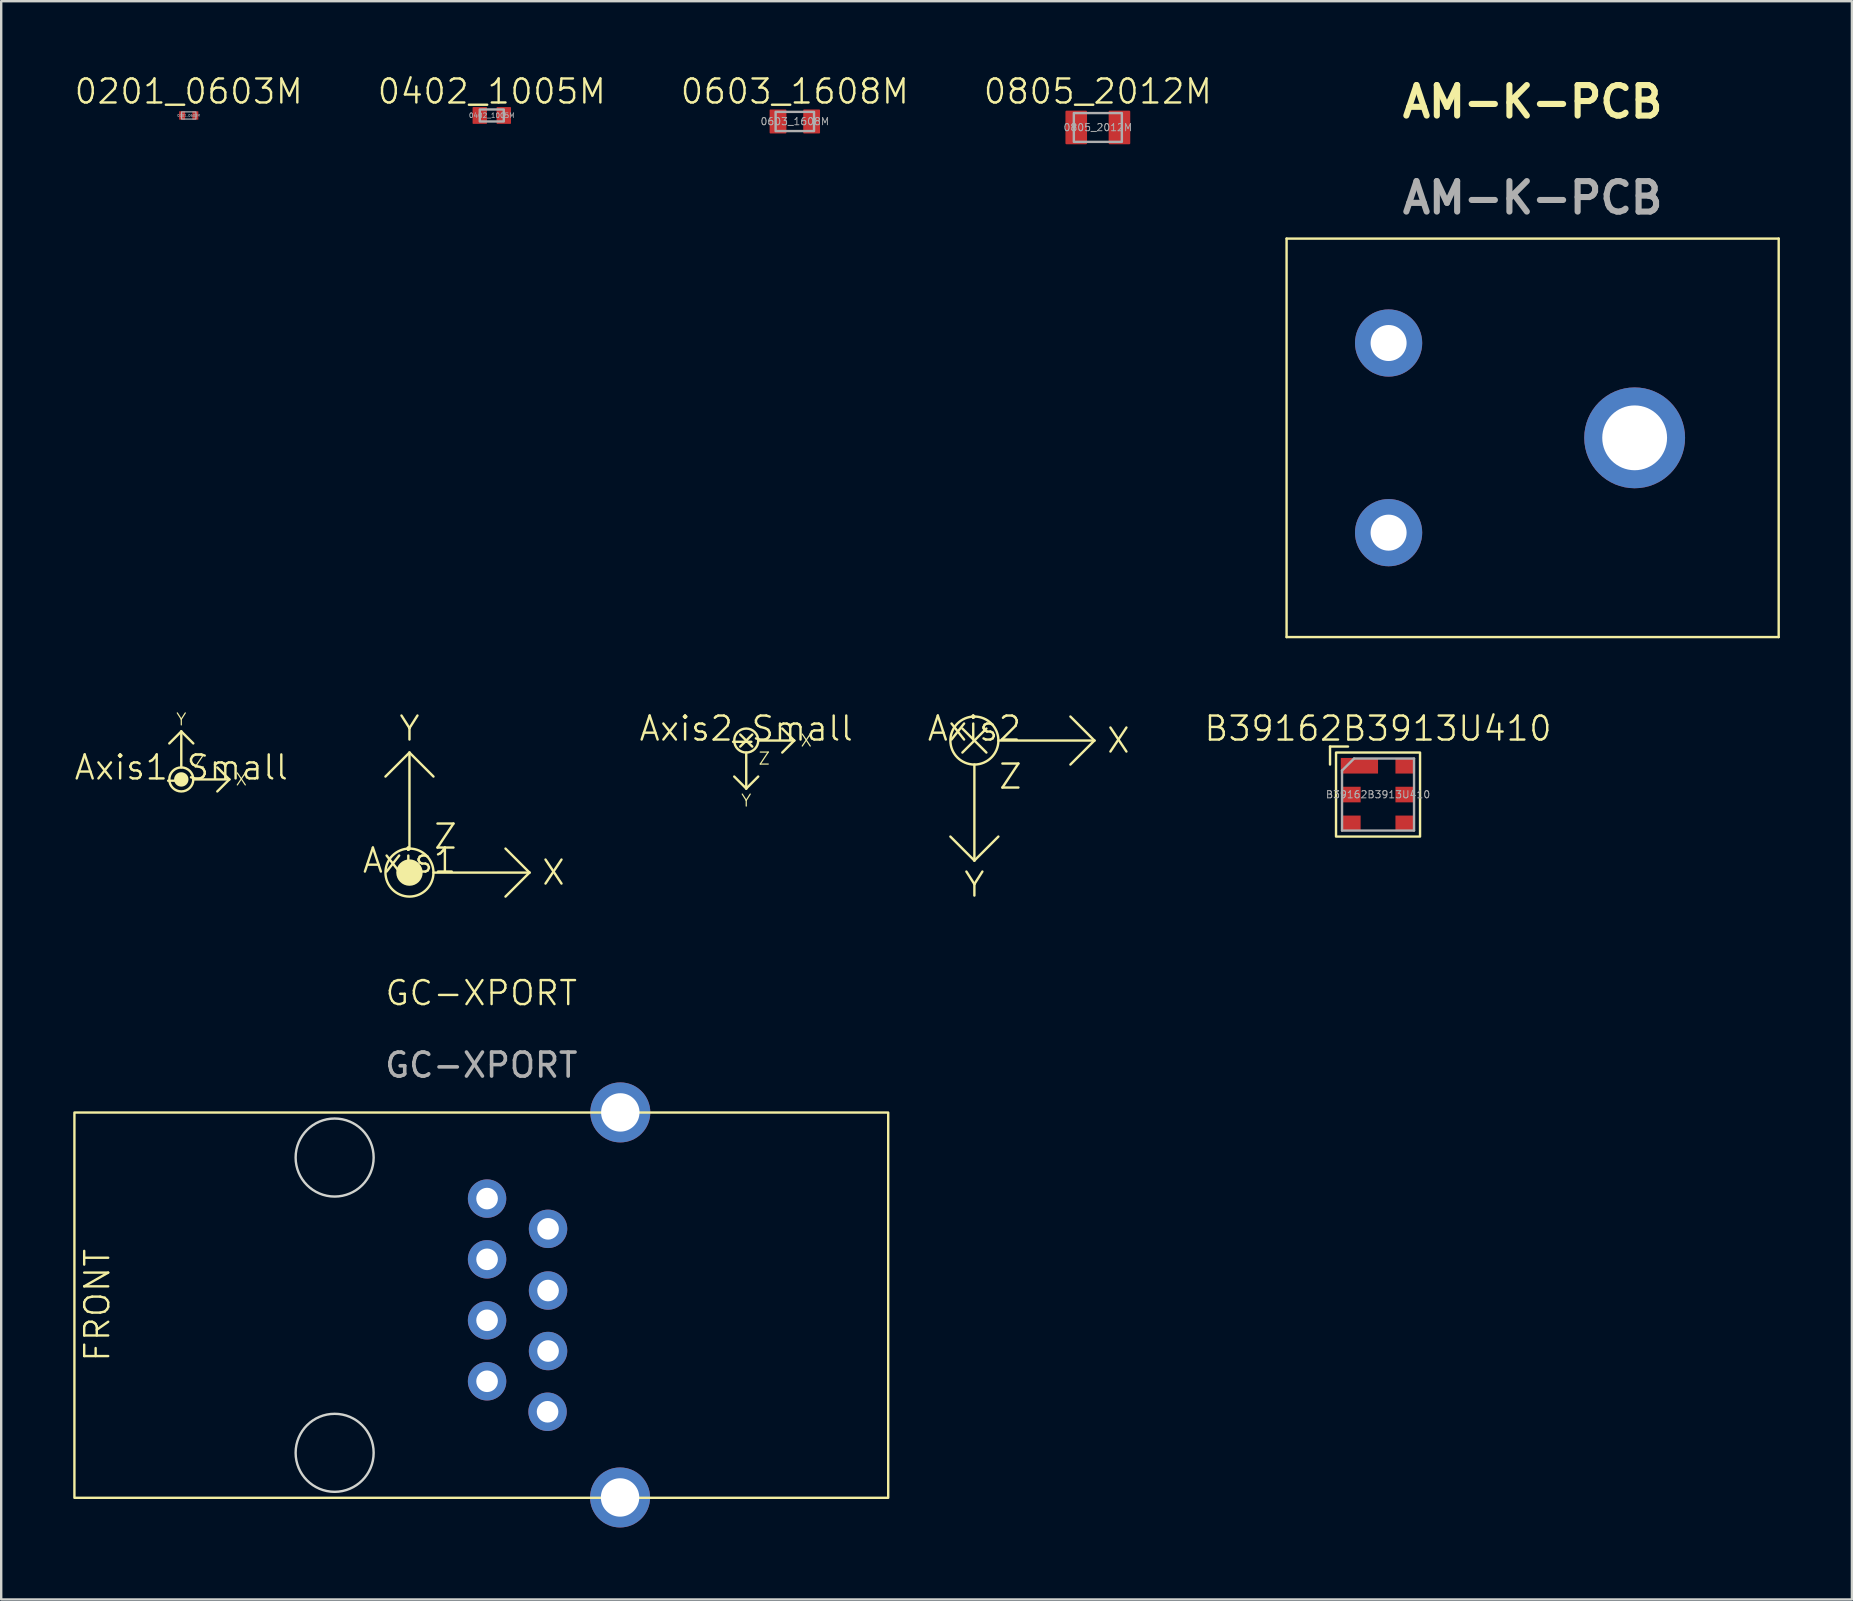
<source format=kicad_pcb>
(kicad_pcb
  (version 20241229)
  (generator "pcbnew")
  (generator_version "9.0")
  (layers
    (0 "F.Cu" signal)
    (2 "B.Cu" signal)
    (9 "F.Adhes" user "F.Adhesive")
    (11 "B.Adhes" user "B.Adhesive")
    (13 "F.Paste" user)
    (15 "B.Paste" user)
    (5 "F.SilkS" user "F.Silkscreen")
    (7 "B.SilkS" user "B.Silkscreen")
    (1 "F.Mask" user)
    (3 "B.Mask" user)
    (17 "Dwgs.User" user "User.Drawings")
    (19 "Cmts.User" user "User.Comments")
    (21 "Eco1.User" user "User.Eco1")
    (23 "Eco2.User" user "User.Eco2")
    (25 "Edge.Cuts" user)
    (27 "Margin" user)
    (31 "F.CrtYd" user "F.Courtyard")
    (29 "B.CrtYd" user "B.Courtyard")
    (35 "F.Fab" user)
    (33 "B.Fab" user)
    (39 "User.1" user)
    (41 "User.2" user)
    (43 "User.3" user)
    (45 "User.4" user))
  (footprint "0402_1005M"
    (layer "F.Cu")
    (at 17.436 1.76)
    (property "Reference" "0402_1005M" (at 0 -1 0) (unlocked yes) (layer "F.SilkS") (effects (font (size 1 1) (thickness 0.1))))
    (attr smd)
    (fp_rect (start -0.5 -0.25) (end 0.5 0.25) (stroke (width 0.1) (type default)) (fill no) (layer "F.Fab"))
    (fp_text user "${REFERENCE}" (at 0 0 0) (unlocked yes) (layer "F.Fab") (effects (font (size 0.2 0.2) (thickness 0.03))))
    (pad "1" smd roundrect (at -0.5 0) (size 0.6 0.7) (layers "F.Cu" "F.Mask" "F.Paste") (roundrect_rratio 0.05))
    (pad "2" smd roundrect (at 0.5 0) (size 0.6 0.7) (layers "F.Cu" "F.Mask" "F.Paste") (roundrect_rratio 0.05)))
  (footprint "GC-XPORT"
    (layer "F.Cu")
    (at 17 51.32)
    (property "Reference" "GC-XPORT" (at 0 -13 0) (unlocked yes) (layer "F.SilkS") (effects (font (size 1 1) (thickness 0.1))))
    (attr through_hole)
    (fp_rect (start -16.95 -8.025) (end 16.95 8.025) (stroke (width 0.1) (type default)) (fill no) (layer "F.SilkS"))
    (fp_circle (center -6.11 -6.15) (end -4.485 -6.15) (stroke (width 0.1) (type default)) (fill no) (layer "Edge.Cuts"))
    (fp_circle (center -6.11 6.15) (end -4.485 6.15) (stroke (width 0.1) (type default)) (fill no) (layer "Edge.Cuts"))
    (fp_text user "FRONT" (at -16 0 90) (unlocked yes) (layer "F.SilkS") (effects (font (size 1 1) (thickness 0.1))))
    (fp_text user "${REFERENCE}" (at 0 -10 0) (unlocked yes) (layer "F.Fab") (effects (font (size 1 1) (thickness 0.15))))
    (pad "1" thru_hole circle (at 2.76 4.44) (size 1.6 1.6) (drill 0.9) (layers "*.Cu" "*.Mask"))
    (pad "1" thru_hole circle (at 5.78 8.01) (size 2.5 2.5) (drill 1.6) (layers "*.Cu" "*.Mask"))
    (pad "1" thru_hole circle (at 5.79 -8.03) (size 2.5 2.5) (drill 1.6) (layers "*.Cu" "*.Mask"))
    (pad "2" thru_hole circle (at 0.24 3.17) (size 1.6 1.6) (drill 0.9) (layers "*.Cu" "*.Mask"))
    (pad "3" thru_hole circle (at 2.78 1.91) (size 1.6 1.6) (drill 0.9) (layers "*.Cu" "*.Mask"))
    (pad "4" thru_hole circle (at 0.24 0.63) (size 1.6 1.6) (drill 0.9) (layers "*.Cu" "*.Mask"))
    (pad "5" thru_hole circle (at 2.78 -0.61) (size 1.6 1.6) (drill 0.9) (layers "*.Cu" "*.Mask"))
    (pad "6" thru_hole circle (at 0.24 -1.91) (size 1.6 1.6) (drill 0.9) (layers "*.Cu" "*.Mask"))
    (pad "7" thru_hole circle (at 2.78 -3.18) (size 1.6 1.6) (drill 0.9) (layers "*.Cu" "*.Mask"))
    (pad "8" thru_hole circle (at 0.24 -4.44) (size 1.6 1.6) (drill 0.9) (layers "*.Cu" "*.Mask")))
  (footprint "Axis2"
    (layer "F.Cu")
    (at 37.54 27.799)
    (property "Reference" "Axis2" (at 0 -0.5 0) (unlocked yes) (layer "F.SilkS") (effects (font (size 1 1) (thickness 0.1))))
    (attr smd)
    (fp_line (start -1 4) (end 0 5) (stroke (width 0.1) (type default)) (layer "F.SilkS"))
    (fp_line (start -0.5 -0.5) (end 0.5 0.5) (stroke (width 0.1) (type default)) (layer "F.SilkS"))
    (fp_line (start 0 1) (end 0 5) (stroke (width 0.1) (type default)) (layer "F.SilkS"))
    (fp_line (start 0 5) (end 1 4) (stroke (width 0.1) (type default)) (layer "F.SilkS"))
    (fp_line (start 0.5 -0.5) (end -0.5 0.5) (stroke (width 0.1) (type default)) (layer "F.SilkS"))
    (fp_line (start 1 0) (end 5 0) (stroke (width 0.1) (type default)) (layer "F.SilkS"))
    (fp_line (start 5 0) (end 4 -1) (stroke (width 0.1) (type default)) (layer "F.SilkS"))
    (fp_line (start 5 0) (end 4 1) (stroke (width 0.1) (type default)) (layer "F.SilkS"))
    (fp_circle (center 0 0) (end 1 0) (stroke (width 0.1) (type default)) (fill no) (layer "F.SilkS"))
    (fp_text user "X" (at 6 0 0) (unlocked yes) (layer "F.SilkS") (effects (font (size 1 1) (thickness 0.1))))
    (fp_text user "Z" (at 1.5 1.5 0) (unlocked yes) (layer "F.SilkS") (effects (font (size 1 1) (thickness 0.1))))
    (fp_text user "Y" (at 0 6 0) (unlocked yes) (layer "F.SilkS") (effects (font (size 1 1) (thickness 0.1)))))
  (footprint "Axis1_Small"
    (layer "F.Cu")
    (at 4.502 29.419)
    (property "Reference" "Axis1_Small" (at 0 -0.5 0) (unlocked yes) (layer "F.SilkS") (effects (font (size 1 1) (thickness 0.1))))
    (attr smd)
    (fp_line (start 0 -2) (end -0.5 -1.5) (stroke (width 0.1) (type default)) (layer "F.SilkS"))
    (fp_line (start 0 -2) (end 0.5 -1.5) (stroke (width 0.1) (type default)) (layer "F.SilkS"))
    (fp_line (start 0 -0.5) (end 0 -2) (stroke (width 0.1) (type default)) (layer "F.SilkS"))
    (fp_line (start 0.5 0) (end 2 0) (stroke (width 0.1) (type default)) (layer "F.SilkS"))
    (fp_line (start 2 0) (end 1.5 -0.5) (stroke (width 0.1) (type default)) (layer "F.SilkS"))
    (fp_line (start 2 0) (end 1.5 0.5) (stroke (width 0.1) (type default)) (layer "F.SilkS"))
    (fp_circle (center 0 0) (end 0.25 0) (stroke (width 0.1) (type solid)) (fill yes) (layer "F.SilkS"))
    (fp_circle (center 0 0) (end 0.5 0) (stroke (width 0.1) (type default)) (fill no) (layer "F.SilkS"))
    (fp_text user "Z" (at 0.75 -0.75 0) (unlocked yes) (layer "F.SilkS") (effects (font (size 0.5 0.5) (thickness 0.05))))
    (fp_text user "X" (at 2.5 0 0) (unlocked yes) (layer "F.SilkS") (effects (font (size 0.5 0.5) (thickness 0.05))))
    (fp_text user "Y" (at 0 -2.5 0) (unlocked yes) (layer "F.SilkS") (effects (font (size 0.5 0.5) (thickness 0.05)))))
  (footprint "0603_1608M"
    (layer "F.Cu")
    (at 30.06 2.01)
    (property "Reference" "0603_1608M" (at 0 -1.25 0) (unlocked yes) (layer "F.SilkS") (effects (font (size 1 1) (thickness 0.1))))
    (attr smd)
    (fp_rect (start -0.8 -0.4) (end 0.8 0.4) (stroke (width 0.1) (type default)) (fill no) (layer "F.Fab"))
    (fp_text user "${REFERENCE}" (at 0 0 0) (unlocked yes) (layer "F.Fab") (effects (font (size 0.3 0.3) (thickness 0.04))))
    (pad "1" smd roundrect (at -0.7 0) (size 0.7 1) (layers "F.Cu" "F.Mask" "F.Paste") (roundrect_rratio 0.05))
    (pad "2" smd roundrect (at 0.7 0) (size 0.7 1) (layers "F.Cu" "F.Mask" "F.Paste") (roundrect_rratio 0.05)))
  (footprint "Axis1"
    (layer "F.Cu")
    (at 14.007 33.299)
    (property "Reference" "Axis1" (at 0 -0.5 0) (unlocked yes) (layer "F.SilkS") (effects (font (size 1 1) (thickness 0.1))))
    (attr smd)
    (fp_line (start 0 -5) (end -1 -4) (stroke (width 0.1) (type default)) (layer "F.SilkS"))
    (fp_line (start 0 -5) (end 1 -4) (stroke (width 0.1) (type default)) (layer "F.SilkS"))
    (fp_line (start 0 -1) (end 0 -5) (stroke (width 0.1) (type default)) (layer "F.SilkS"))
    (fp_line (start 1 0) (end 5 0) (stroke (width 0.1) (type default)) (layer "F.SilkS"))
    (fp_line (start 5 0) (end 4 -1) (stroke (width 0.1) (type default)) (layer "F.SilkS"))
    (fp_line (start 5 0) (end 4 1) (stroke (width 0.1) (type default)) (layer "F.SilkS"))
    (fp_circle (center 0 0) (end 0.5 0) (stroke (width 0.1) (type solid)) (fill yes) (layer "F.SilkS"))
    (fp_circle (center 0 0) (end 1 0) (stroke (width 0.1) (type default)) (fill no) (layer "F.SilkS"))
    (fp_text user "Y" (at 0 -6 0) (unlocked yes) (layer "F.SilkS") (effects (font (size 1 1) (thickness 0.1))))
    (fp_text user "X" (at 6 0 0) (unlocked yes) (layer "F.SilkS") (effects (font (size 1 1) (thickness 0.1))))
    (fp_text user "Z" (at 1.5 -1.5 0) (unlocked yes) (layer "F.SilkS") (effects (font (size 1 1) (thickness 0.1)))))
  (footprint "0201_0603M"
    (layer "F.Cu")
    (at 4.812 1.76)
    (property "Reference" "0201_0603M" (at 0 -1 0) (unlocked yes) (layer "F.SilkS") (effects (font (size 1 1) (thickness 0.1))))
    (attr smd)
    (fp_rect (start -0.3 -0.15) (end 0.3 0.15) (stroke (width 0.05) (type default)) (fill no) (layer "F.Fab"))
    (fp_text user "${REFERENCE}" (at 0 0 0) (unlocked yes) (layer "F.Fab") (effects (font (size 0.1 0.1) (thickness 0.015))))
    (pad "1" smd roundrect (at -0.275 0) (size 0.25 0.35) (layers "F.Cu" "F.Mask" "F.Paste") (roundrect_rratio 0.05))
    (pad "2" smd roundrect (at 0.275 0) (size 0.25 0.35) (layers "F.Cu" "F.Mask" "F.Paste") (roundrect_rratio 0.05)))
  (footprint "0805_2012M"
    (layer "F.Cu")
    (at 42.683 2.26)
    (property "Reference" "0805_2012M" (at 0 -1.5 0) (unlocked yes) (layer "F.SilkS") (effects (font (size 1 1) (thickness 0.1))))
    (attr smd)
    (fp_rect (start -1 -0.6) (end 1 0.6) (stroke (width 0.1) (type default)) (fill no) (layer "F.Fab"))
    (fp_text user "${REFERENCE}" (at 0 0 0) (unlocked yes) (layer "F.Fab") (effects (font (size 0.3 0.3) (thickness 0.04))))
    (pad "1" smd roundrect (at -0.9 0) (size 0.9 1.4) (layers "F.Cu" "F.Mask" "F.Paste") (roundrect_rratio 0.05))
    (pad "2" smd roundrect (at 0.9 0) (size 0.9 1.4) (layers "F.Cu" "F.Mask" "F.Paste") (roundrect_rratio 0.05)))
  (footprint "Axis2_Small"
    (layer "F.Cu")
    (at 28.036 27.799)
    (property "Reference" "Axis2_Small" (at 0 -0.5 0) (unlocked yes) (layer "F.SilkS") (effects (font (size 1 1) (thickness 0.1))))
    (attr smd)
    (fp_line (start -0.25 -0.25) (end 0.25 0.25) (stroke (width 0.1) (type default)) (layer "F.SilkS"))
    (fp_line (start 0 0.5) (end 0 2) (stroke (width 0.1) (type default)) (layer "F.SilkS"))
    (fp_line (start 0 2) (end -0.5 1.5) (stroke (width 0.1) (type default)) (layer "F.SilkS"))
    (fp_line (start 0 2) (end 0.5 1.5) (stroke (width 0.1) (type default)) (layer "F.SilkS"))
    (fp_line (start 0.25 -0.25) (end -0.25 0.25) (stroke (width 0.1) (type default)) (layer "F.SilkS"))
    (fp_line (start 0.5 0) (end 2 0) (stroke (width 0.1) (type default)) (layer "F.SilkS"))
    (fp_line (start 2 0) (end 1.5 -0.5) (stroke (width 0.1) (type default)) (layer "F.SilkS"))
    (fp_line (start 2 0) (end 1.5 0.5) (stroke (width 0.1) (type default)) (layer "F.SilkS"))
    (fp_circle (center 0 0) (end 0.5 0) (stroke (width 0.1) (type default)) (fill no) (layer "F.SilkS"))
    (fp_text user "Y" (at 0 2.5 0) (unlocked yes) (layer "F.SilkS") (effects (font (size 0.5 0.5) (thickness 0.05))))
    (fp_text user "Z" (at 0.75 0.75 0) (unlocked yes) (layer "F.SilkS") (effects (font (size 0.5 0.5) (thickness 0.05))))
    (fp_text user "X" (at 2.5 0 0) (unlocked yes) (layer "F.SilkS") (effects (font (size 0.5 0.5) (thickness 0.05)))))
  (footprint "AM-K-PCB"
    (layer "F.Cu")
    (at 60.795 15.189)
    (property "Reference" "AM-K-PCB" (at 0 -14 0) (layer "F.SilkS") (effects (font (size 1.27 1.27) (thickness 0.254))))
    (attr through_hole)
    (fp_line (start -10.25 -8.3) (end 10.25 -8.3) (stroke (width 0.1) (type solid)) (layer "F.SilkS"))
    (fp_line (start -10.25 8.3) (end -10.25 -8.3) (stroke (width 0.1) (type solid)) (layer "F.SilkS"))
    (fp_line (start 10.25 -8.3) (end 10.25 8.3) (stroke (width 0.1) (type solid)) (layer "F.SilkS"))
    (fp_line (start 10.25 8.3) (end -10.25 8.3) (stroke (width 0.1) (type solid)) (layer "F.SilkS"))
    (fp_text user "${REFERENCE}" (at 0 -10 0) (layer "F.Fab") (effects (font (size 1.27 1.27) (thickness 0.254))))
    (pad "" thru_hole circle (at 4.25 0) (size 4.2 4.2) (drill 2.7) (layers "*.Cu" "*.Mask"))
    (pad "1" thru_hole circle (at -6 -3.95) (size 2.8 2.8) (drill 1.5) (layers "*.Cu" "*.Mask"))
    (pad "2" thru_hole circle (at -6 3.95) (size 2.8 2.8) (drill 1.5) (layers "*.Cu" "*.Mask")))
  (footprint "B39162B3913U410"
    (layer "F.Cu")
    (at 54.355 30.049)
    (property "Reference" "B39162B3913U410" (at 0 -2.75 0) (unlocked yes) (layer "F.SilkS") (effects (font (size 1 1) (thickness 0.1))))
    (attr smd)
    (fp_line (start -2 -2) (end -1.25 -2) (stroke (width 0.1) (type default)) (layer "F.SilkS"))
    (fp_line (start -2 -1.25) (end -2 -2) (stroke (width 0.1) (type default)) (layer "F.SilkS"))
    (fp_rect (start -1.75 -1.75) (end 1.75 1.75) (stroke (width 0.1) (type default)) (fill no) (layer "F.SilkS"))
    (fp_line (start -1.5 -1) (end -1.5 1.5) (stroke (width 0.1) (type default)) (layer "F.Fab"))
    (fp_line (start -1 -1.5) (end -1.5 -1) (stroke (width 0.1) (type default)) (layer "F.Fab"))
    (fp_line (start 1.5 -1.5) (end -1 -1.5) (stroke (width 0.1) (type default)) (layer "F.Fab"))
    (fp_line (start 1.5 -1.5) (end 1.5 1.5) (stroke (width 0.1) (type default)) (layer "F.Fab"))
    (fp_line (start 1.5 1.5) (end -1.5 1.5) (stroke (width 0.1) (type default)) (layer "F.Fab"))
    (fp_text user "${REFERENCE}" (at 0 0 0) (unlocked yes) (layer "F.Fab") (effects (font (size 0.3 0.3) (thickness 0.04))))
    (pad "1" smd rect (at -0.775 -1.2) (size 1.55 0.65) (layers "F.Cu" "F.Mask" "F.Paste"))
    (pad "2" smd rect (at -1.125 0) (size 0.8 0.65) (layers "F.Cu" "F.Mask" "F.Paste"))
    (pad "3" smd rect (at -1.125 1.2) (size 0.8 0.65) (layers "F.Cu" "F.Mask" "F.Paste"))
    (pad "4" smd rect (at 1.125 1.2) (size 0.8 0.65) (layers "F.Cu" "F.Mask" "F.Paste"))
    (pad "5" smd rect (at 1.125 0) (size 0.8 0.65) (layers "F.Cu" "F.Mask" "F.Paste"))
    (pad "6" smd rect (at 1.125 -1.2) (size 0.8 0.65) (layers "F.Cu" "F.Mask" "F.Paste")))
  (gr_rect
    (start -3 -3)
    (end 74.095 63.58)
    (stroke (width 0.1) (type default))
    (fill no)
    (layer "Edge.Cuts")))
</source>
